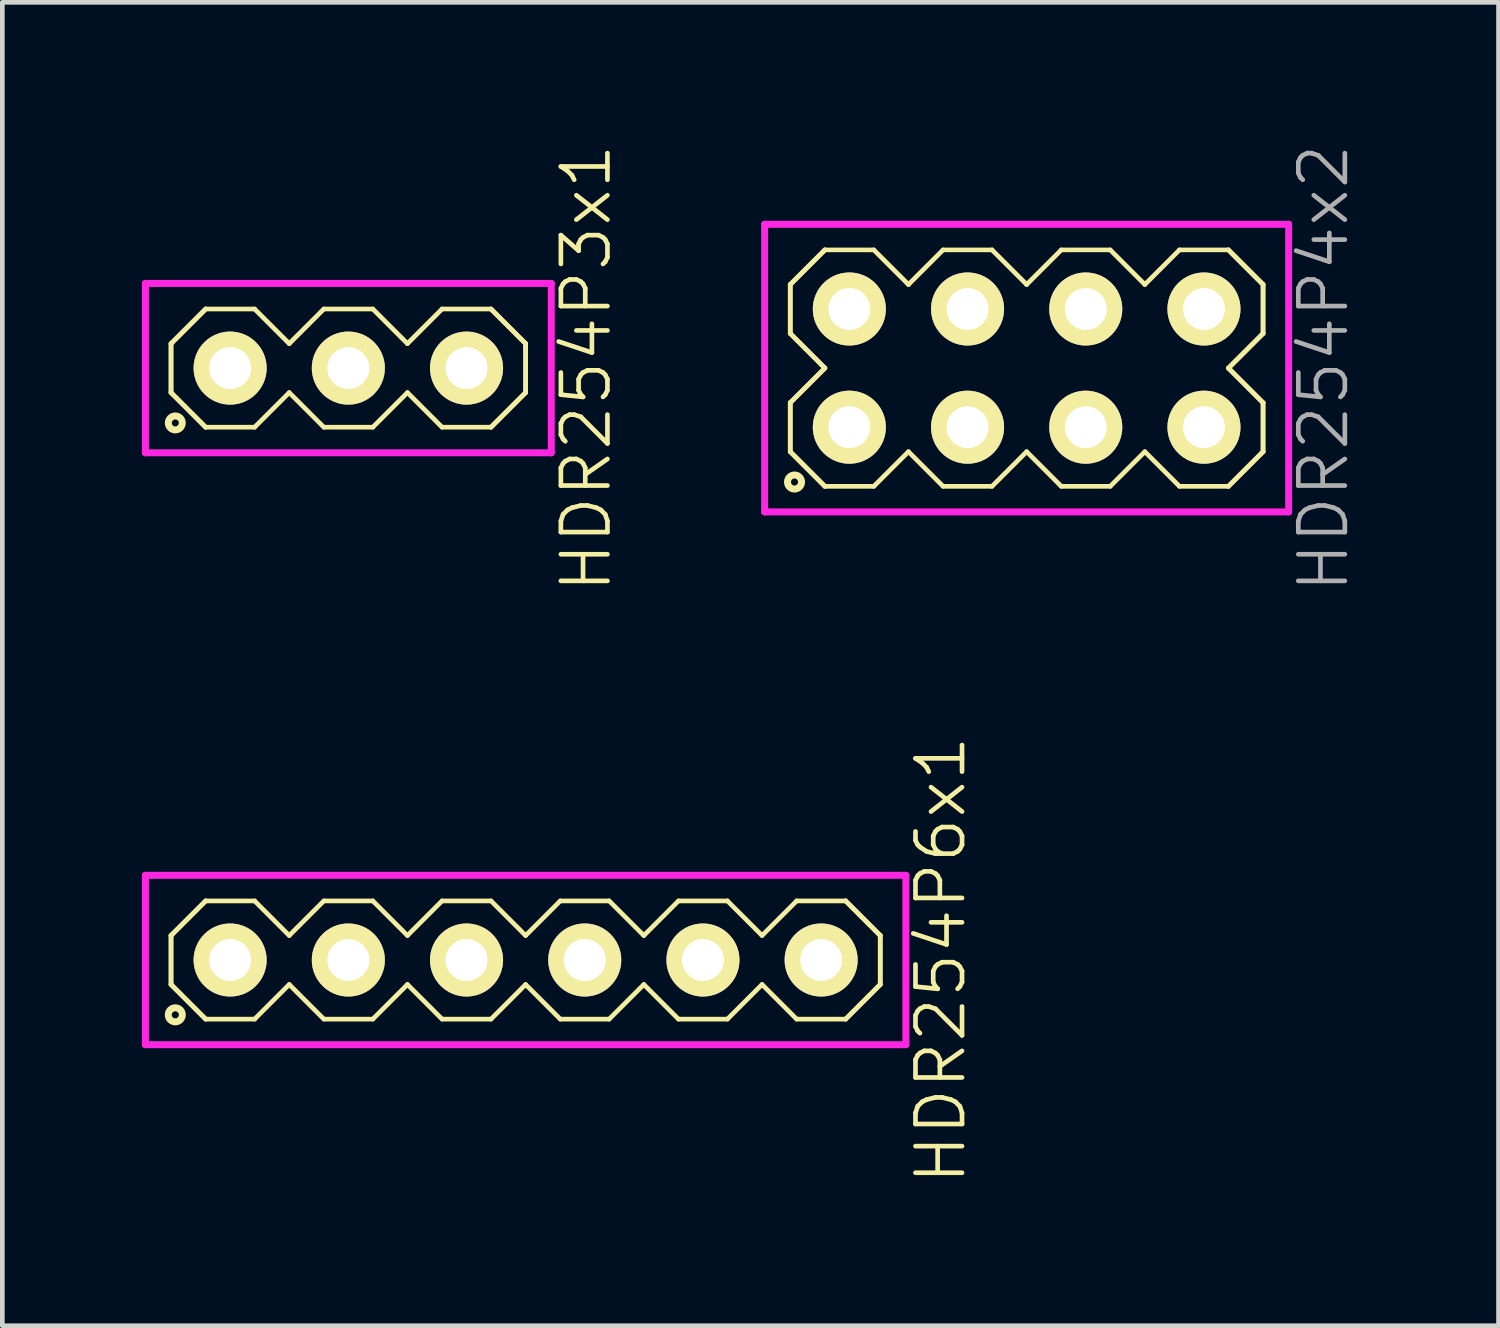
<source format=kicad_pcb>
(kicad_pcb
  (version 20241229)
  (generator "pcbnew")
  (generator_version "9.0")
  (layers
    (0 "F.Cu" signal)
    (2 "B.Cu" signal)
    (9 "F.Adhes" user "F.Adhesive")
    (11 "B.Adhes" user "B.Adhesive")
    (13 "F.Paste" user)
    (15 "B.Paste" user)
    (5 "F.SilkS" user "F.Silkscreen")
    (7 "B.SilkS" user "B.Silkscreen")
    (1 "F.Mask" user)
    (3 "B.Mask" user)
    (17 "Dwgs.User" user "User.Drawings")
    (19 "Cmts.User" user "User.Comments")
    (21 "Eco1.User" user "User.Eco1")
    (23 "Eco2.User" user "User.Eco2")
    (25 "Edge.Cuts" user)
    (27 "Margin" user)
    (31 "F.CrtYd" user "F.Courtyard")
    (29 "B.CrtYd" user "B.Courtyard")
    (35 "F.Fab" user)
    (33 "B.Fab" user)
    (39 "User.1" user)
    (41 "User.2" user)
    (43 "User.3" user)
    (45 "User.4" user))
  (footprint "HDR254P6x1"
    (layer "F.Cu")
    (at 8.245 17.579)
    (property "Reference" "HDR254P6x1" (at 8.92 0 90) (layer "F.SilkS") (effects (font (size 1 1) (thickness 0.1))))
    (attr through_hole)
    (fp_line (start -7.62 -0.526) (end -6.876 -1.27) (stroke (width 0.1) (type solid)) (layer "F.SilkS"))
    (fp_line (start -7.62 -0.526) (end -6.876 -1.27) (stroke (width 0.1) (type solid)) (layer "F.SilkS"))
    (fp_line (start -7.62 0.526) (end -7.62 -0.526) (stroke (width 0.1) (type solid)) (layer "F.SilkS"))
    (fp_line (start -7.62 0.526) (end -7.62 -0.526) (stroke (width 0.1) (type solid)) (layer "F.SilkS"))
    (fp_line (start -6.876 -1.27) (end -5.824 -1.27) (stroke (width 0.1) (type solid)) (layer "F.SilkS"))
    (fp_line (start -6.876 1.27) (end -7.62 0.526) (stroke (width 0.1) (type solid)) (layer "F.SilkS"))
    (fp_line (start -6.876 1.27) (end -7.62 0.526) (stroke (width 0.1) (type solid)) (layer "F.SilkS"))
    (fp_line (start -5.824 -1.27) (end -5.08 -0.526) (stroke (width 0.1) (type solid)) (layer "F.SilkS"))
    (fp_line (start -5.824 1.27) (end -6.876 1.27) (stroke (width 0.1) (type solid)) (layer "F.SilkS"))
    (fp_line (start -5.08 -0.526) (end -4.336 -1.27) (stroke (width 0.1) (type solid)) (layer "F.SilkS"))
    (fp_line (start -5.08 0.526) (end -5.824 1.27) (stroke (width 0.1) (type solid)) (layer "F.SilkS"))
    (fp_line (start -4.336 -1.27) (end -3.284 -1.27) (stroke (width 0.1) (type solid)) (layer "F.SilkS"))
    (fp_line (start -4.336 1.27) (end -5.08 0.526) (stroke (width 0.1) (type solid)) (layer "F.SilkS"))
    (fp_line (start -3.284 -1.27) (end -2.54 -0.526) (stroke (width 0.1) (type solid)) (layer "F.SilkS"))
    (fp_line (start -3.284 1.27) (end -4.336 1.27) (stroke (width 0.1) (type solid)) (layer "F.SilkS"))
    (fp_line (start -2.54 -0.526) (end -1.796 -1.27) (stroke (width 0.1) (type solid)) (layer "F.SilkS"))
    (fp_line (start -2.54 0.526) (end -3.284 1.27) (stroke (width 0.1) (type solid)) (layer "F.SilkS"))
    (fp_line (start -1.796 -1.27) (end -0.744 -1.27) (stroke (width 0.1) (type solid)) (layer "F.SilkS"))
    (fp_line (start -1.796 1.27) (end -2.54 0.526) (stroke (width 0.1) (type solid)) (layer "F.SilkS"))
    (fp_line (start -0.744 -1.27) (end 0 -0.526) (stroke (width 0.1) (type solid)) (layer "F.SilkS"))
    (fp_line (start -0.744 1.27) (end -1.796 1.27) (stroke (width 0.1) (type solid)) (layer "F.SilkS"))
    (fp_line (start 0 -0.526) (end 0.744 -1.27) (stroke (width 0.1) (type solid)) (layer "F.SilkS"))
    (fp_line (start 0 0.526) (end -0.744 1.27) (stroke (width 0.1) (type solid)) (layer "F.SilkS"))
    (fp_line (start 0.744 -1.27) (end 1.796 -1.27) (stroke (width 0.1) (type solid)) (layer "F.SilkS"))
    (fp_line (start 0.744 1.27) (end 0 0.526) (stroke (width 0.1) (type solid)) (layer "F.SilkS"))
    (fp_line (start 1.796 -1.27) (end 2.54 -0.526) (stroke (width 0.1) (type solid)) (layer "F.SilkS"))
    (fp_line (start 1.796 1.27) (end 0.744 1.27) (stroke (width 0.1) (type solid)) (layer "F.SilkS"))
    (fp_line (start 2.54 -0.526) (end 3.284 -1.27) (stroke (width 0.1) (type solid)) (layer "F.SilkS"))
    (fp_line (start 2.54 0.526) (end 1.796 1.27) (stroke (width 0.1) (type solid)) (layer "F.SilkS"))
    (fp_line (start 3.284 -1.27) (end 4.336 -1.27) (stroke (width 0.1) (type solid)) (layer "F.SilkS"))
    (fp_line (start 3.284 1.27) (end 2.54 0.526) (stroke (width 0.1) (type solid)) (layer "F.SilkS"))
    (fp_line (start 4.336 -1.27) (end 5.08 -0.526) (stroke (width 0.1) (type solid)) (layer "F.SilkS"))
    (fp_line (start 4.336 1.27) (end 3.284 1.27) (stroke (width 0.1) (type solid)) (layer "F.SilkS"))
    (fp_line (start 5.08 -0.526) (end 5.824 -1.27) (stroke (width 0.1) (type solid)) (layer "F.SilkS"))
    (fp_line (start 5.08 0.526) (end 4.336 1.27) (stroke (width 0.1) (type solid)) (layer "F.SilkS"))
    (fp_line (start 5.824 -1.27) (end 6.876 -1.27) (stroke (width 0.1) (type solid)) (layer "F.SilkS"))
    (fp_line (start 5.824 1.27) (end 5.08 0.526) (stroke (width 0.1) (type solid)) (layer "F.SilkS"))
    (fp_line (start 6.876 -1.27) (end 7.62 -0.526) (stroke (width 0.1) (type solid)) (layer "F.SilkS"))
    (fp_line (start 6.876 -1.27) (end 7.62 -0.526) (stroke (width 0.1) (type solid)) (layer "F.SilkS"))
    (fp_line (start 6.876 1.27) (end 5.824 1.27) (stroke (width 0.1) (type solid)) (layer "F.SilkS"))
    (fp_line (start 7.62 -0.526) (end 7.62 0.526) (stroke (width 0.1) (type solid)) (layer "F.SilkS"))
    (fp_line (start 7.62 -0.526) (end 7.62 0.526) (stroke (width 0.1) (type solid)) (layer "F.SilkS"))
    (fp_line (start 7.62 0.526) (end 6.876 1.27) (stroke (width 0.1) (type solid)) (layer "F.SilkS"))
    (fp_line (start 7.62 0.526) (end 6.876 1.27) (stroke (width 0.1) (type solid)) (layer "F.SilkS"))
    (fp_circle (center -7.528 1.178) (end -7.377 1.178) (stroke (width 0.15) (type solid)) (fill no) (layer "F.SilkS"))
    (fp_line (start -8.17 -1.82) (end -8.17 1.82) (stroke (width 0.15) (type solid)) (layer "F.CrtYd"))
    (fp_line (start -8.17 1.82) (end 8.17 1.82) (stroke (width 0.15) (type solid)) (layer "F.CrtYd"))
    (fp_line (start 8.17 -1.82) (end -8.17 -1.82) (stroke (width 0.15) (type solid)) (layer "F.CrtYd"))
    (fp_line (start 8.17 1.82) (end 8.17 -1.82) (stroke (width 0.15) (type solid)) (layer "F.CrtYd"))
    (pad "1" thru_hole oval (at -6.35 0) (size 1.57 1.57) (drill 0.9) (layers "*.Cu" "*.Mask" "F.SilkS"))
    (pad "2" thru_hole oval (at -3.81 0) (size 1.57 1.57) (drill 0.9) (layers "*.Cu" "*.Mask" "F.SilkS"))
    (pad "3" thru_hole oval (at -1.27 0) (size 1.57 1.57) (drill 0.9) (layers "*.Cu" "*.Mask" "F.SilkS"))
    (pad "4" thru_hole oval (at 1.27 0) (size 1.57 1.57) (drill 0.9) (layers "*.Cu" "*.Mask" "F.SilkS"))
    (pad "5" thru_hole oval (at 3.81 0) (size 1.57 1.57) (drill 0.9) (layers "*.Cu" "*.Mask" "F.SilkS"))
    (pad "6" thru_hole oval (at 6.35 0) (size 1.57 1.57) (drill 0.9) (layers "*.Cu" "*.Mask" "F.SilkS")))
  (footprint "HDR254P3x1"
    (layer "F.Cu")
    (at 4.435 4.86)
    (property "Reference" "HDR254P3x1" (at 5.11 0 90) (layer "F.SilkS") (effects (font (size 1 1) (thickness 0.1))))
    (attr through_hole)
    (fp_line (start -3.81 -0.526) (end -3.066 -1.27) (stroke (width 0.1) (type solid)) (layer "F.SilkS"))
    (fp_line (start -3.81 -0.526) (end -3.066 -1.27) (stroke (width 0.1) (type solid)) (layer "F.SilkS"))
    (fp_line (start -3.81 0.526) (end -3.81 -0.526) (stroke (width 0.1) (type solid)) (layer "F.SilkS"))
    (fp_line (start -3.81 0.526) (end -3.81 -0.526) (stroke (width 0.1) (type solid)) (layer "F.SilkS"))
    (fp_line (start -3.066 -1.27) (end -2.014 -1.27) (stroke (width 0.1) (type solid)) (layer "F.SilkS"))
    (fp_line (start -3.066 1.27) (end -3.81 0.526) (stroke (width 0.1) (type solid)) (layer "F.SilkS"))
    (fp_line (start -3.066 1.27) (end -3.81 0.526) (stroke (width 0.1) (type solid)) (layer "F.SilkS"))
    (fp_line (start -2.014 -1.27) (end -1.27 -0.526) (stroke (width 0.1) (type solid)) (layer "F.SilkS"))
    (fp_line (start -2.014 1.27) (end -3.066 1.27) (stroke (width 0.1) (type solid)) (layer "F.SilkS"))
    (fp_line (start -1.27 -0.526) (end -0.526 -1.27) (stroke (width 0.1) (type solid)) (layer "F.SilkS"))
    (fp_line (start -1.27 0.526) (end -2.014 1.27) (stroke (width 0.1) (type solid)) (layer "F.SilkS"))
    (fp_line (start -0.526 -1.27) (end 0.526 -1.27) (stroke (width 0.1) (type solid)) (layer "F.SilkS"))
    (fp_line (start -0.526 1.27) (end -1.27 0.526) (stroke (width 0.1) (type solid)) (layer "F.SilkS"))
    (fp_line (start 0.526 -1.27) (end 1.27 -0.526) (stroke (width 0.1) (type solid)) (layer "F.SilkS"))
    (fp_line (start 0.526 1.27) (end -0.526 1.27) (stroke (width 0.1) (type solid)) (layer "F.SilkS"))
    (fp_line (start 1.27 -0.526) (end 2.014 -1.27) (stroke (width 0.1) (type solid)) (layer "F.SilkS"))
    (fp_line (start 1.27 0.526) (end 0.526 1.27) (stroke (width 0.1) (type solid)) (layer "F.SilkS"))
    (fp_line (start 2.014 -1.27) (end 3.066 -1.27) (stroke (width 0.1) (type solid)) (layer "F.SilkS"))
    (fp_line (start 2.014 1.27) (end 1.27 0.526) (stroke (width 0.1) (type solid)) (layer "F.SilkS"))
    (fp_line (start 3.066 -1.27) (end 3.81 -0.526) (stroke (width 0.1) (type solid)) (layer "F.SilkS"))
    (fp_line (start 3.066 -1.27) (end 3.81 -0.526) (stroke (width 0.1) (type solid)) (layer "F.SilkS"))
    (fp_line (start 3.066 1.27) (end 2.014 1.27) (stroke (width 0.1) (type solid)) (layer "F.SilkS"))
    (fp_line (start 3.81 -0.526) (end 3.81 0.526) (stroke (width 0.1) (type solid)) (layer "F.SilkS"))
    (fp_line (start 3.81 -0.526) (end 3.81 0.526) (stroke (width 0.1) (type solid)) (layer "F.SilkS"))
    (fp_line (start 3.81 0.526) (end 3.066 1.27) (stroke (width 0.1) (type solid)) (layer "F.SilkS"))
    (fp_line (start 3.81 0.526) (end 3.066 1.27) (stroke (width 0.1) (type solid)) (layer "F.SilkS"))
    (fp_circle (center -3.718 1.178) (end -3.568 1.178) (stroke (width 0.15) (type solid)) (fill no) (layer "F.SilkS"))
    (fp_line (start -4.36 -1.82) (end -4.36 1.82) (stroke (width 0.15) (type solid)) (layer "F.CrtYd"))
    (fp_line (start -4.36 1.82) (end 4.36 1.82) (stroke (width 0.15) (type solid)) (layer "F.CrtYd"))
    (fp_line (start 4.36 -1.82) (end -4.36 -1.82) (stroke (width 0.15) (type solid)) (layer "F.CrtYd"))
    (fp_line (start 4.36 1.82) (end 4.36 -1.82) (stroke (width 0.15) (type solid)) (layer "F.CrtYd"))
    (pad "1" thru_hole oval (at -2.54 0) (size 1.57 1.57) (drill 0.9) (layers "*.Cu" "*.Mask" "F.SilkS"))
    (pad "2" thru_hole oval (at 0 0) (size 1.57 1.57) (drill 0.9) (layers "*.Cu" "*.Mask" "F.SilkS"))
    (pad "3" thru_hole oval (at 2.54 0) (size 1.57 1.57) (drill 0.9) (layers "*.Cu" "*.Mask" "F.SilkS")))
  (footprint "HDR254P4x2"
    (layer "F.Cu")
    (at 19.011 4.86)
    (property "Reference" "HDR254P4x2" (at 6.38 0 90) (layer "F.Fab") (effects (font (size 1 1) (thickness 0.1))))
    (attr through_hole)
    (fp_line (start -5.08 -1.796) (end -4.336 -2.54) (stroke (width 0.1) (type solid)) (layer "F.SilkS"))
    (fp_line (start -5.08 -1.796) (end -4.336 -2.54) (stroke (width 0.1) (type solid)) (layer "F.SilkS"))
    (fp_line (start -5.08 -0.744) (end -5.08 -1.796) (stroke (width 0.1) (type solid)) (layer "F.SilkS"))
    (fp_line (start -5.08 -0.744) (end -5.08 -1.796) (stroke (width 0.1) (type solid)) (layer "F.SilkS"))
    (fp_line (start -5.08 0.744) (end -4.336 0) (stroke (width 0.1) (type solid)) (layer "F.SilkS"))
    (fp_line (start -5.08 0.744) (end -4.336 0) (stroke (width 0.1) (type solid)) (layer "F.SilkS"))
    (fp_line (start -5.08 1.796) (end -5.08 0.744) (stroke (width 0.1) (type solid)) (layer "F.SilkS"))
    (fp_line (start -5.08 1.796) (end -5.08 0.744) (stroke (width 0.1) (type solid)) (layer "F.SilkS"))
    (fp_line (start -4.336 -2.54) (end -3.284 -2.54) (stroke (width 0.1) (type solid)) (layer "F.SilkS"))
    (fp_line (start -4.336 0) (end -5.08 -0.744) (stroke (width 0.1) (type solid)) (layer "F.SilkS"))
    (fp_line (start -4.336 0) (end -5.08 -0.744) (stroke (width 0.1) (type solid)) (layer "F.SilkS"))
    (fp_line (start -4.336 2.54) (end -5.08 1.796) (stroke (width 0.1) (type solid)) (layer "F.SilkS"))
    (fp_line (start -4.336 2.54) (end -5.08 1.796) (stroke (width 0.1) (type solid)) (layer "F.SilkS"))
    (fp_line (start -3.284 -2.54) (end -2.54 -1.796) (stroke (width 0.1) (type solid)) (layer "F.SilkS"))
    (fp_line (start -3.284 2.54) (end -4.336 2.54) (stroke (width 0.1) (type solid)) (layer "F.SilkS"))
    (fp_line (start -2.54 -1.796) (end -1.796 -2.54) (stroke (width 0.1) (type solid)) (layer "F.SilkS"))
    (fp_line (start -2.54 1.796) (end -3.284 2.54) (stroke (width 0.1) (type solid)) (layer "F.SilkS"))
    (fp_line (start -1.796 -2.54) (end -0.744 -2.54) (stroke (width 0.1) (type solid)) (layer "F.SilkS"))
    (fp_line (start -1.796 2.54) (end -2.54 1.796) (stroke (width 0.1) (type solid)) (layer "F.SilkS"))
    (fp_line (start -0.744 -2.54) (end 0 -1.796) (stroke (width 0.1) (type solid)) (layer "F.SilkS"))
    (fp_line (start -0.744 2.54) (end -1.796 2.54) (stroke (width 0.1) (type solid)) (layer "F.SilkS"))
    (fp_line (start 0 -1.796) (end 0.744 -2.54) (stroke (width 0.1) (type solid)) (layer "F.SilkS"))
    (fp_line (start 0 1.796) (end -0.744 2.54) (stroke (width 0.1) (type solid)) (layer "F.SilkS"))
    (fp_line (start 0.744 -2.54) (end 1.796 -2.54) (stroke (width 0.1) (type solid)) (layer "F.SilkS"))
    (fp_line (start 0.744 2.54) (end 0 1.796) (stroke (width 0.1) (type solid)) (layer "F.SilkS"))
    (fp_line (start 1.796 -2.54) (end 2.54 -1.796) (stroke (width 0.1) (type solid)) (layer "F.SilkS"))
    (fp_line (start 1.796 2.54) (end 0.744 2.54) (stroke (width 0.1) (type solid)) (layer "F.SilkS"))
    (fp_line (start 2.54 -1.796) (end 3.284 -2.54) (stroke (width 0.1) (type solid)) (layer "F.SilkS"))
    (fp_line (start 2.54 1.796) (end 1.796 2.54) (stroke (width 0.1) (type solid)) (layer "F.SilkS"))
    (fp_line (start 3.284 -2.54) (end 4.336 -2.54) (stroke (width 0.1) (type solid)) (layer "F.SilkS"))
    (fp_line (start 3.284 2.54) (end 2.54 1.796) (stroke (width 0.1) (type solid)) (layer "F.SilkS"))
    (fp_line (start 4.336 -2.54) (end 5.08 -1.796) (stroke (width 0.1) (type solid)) (layer "F.SilkS"))
    (fp_line (start 4.336 -2.54) (end 5.08 -1.796) (stroke (width 0.1) (type solid)) (layer "F.SilkS"))
    (fp_line (start 4.336 0) (end 5.08 0.744) (stroke (width 0.1) (type solid)) (layer "F.SilkS"))
    (fp_line (start 4.336 0) (end 5.08 0.744) (stroke (width 0.1) (type solid)) (layer "F.SilkS"))
    (fp_line (start 4.336 2.54) (end 3.284 2.54) (stroke (width 0.1) (type solid)) (layer "F.SilkS"))
    (fp_line (start 5.08 -1.796) (end 5.08 -0.744) (stroke (width 0.1) (type solid)) (layer "F.SilkS"))
    (fp_line (start 5.08 -1.796) (end 5.08 -0.744) (stroke (width 0.1) (type solid)) (layer "F.SilkS"))
    (fp_line (start 5.08 -0.744) (end 4.336 0) (stroke (width 0.1) (type solid)) (layer "F.SilkS"))
    (fp_line (start 5.08 -0.744) (end 4.336 0) (stroke (width 0.1) (type solid)) (layer "F.SilkS"))
    (fp_line (start 5.08 0.744) (end 5.08 1.796) (stroke (width 0.1) (type solid)) (layer "F.SilkS"))
    (fp_line (start 5.08 0.744) (end 5.08 1.796) (stroke (width 0.1) (type solid)) (layer "F.SilkS"))
    (fp_line (start 5.08 1.796) (end 4.336 2.54) (stroke (width 0.1) (type solid)) (layer "F.SilkS"))
    (fp_line (start 5.08 1.796) (end 4.336 2.54) (stroke (width 0.1) (type solid)) (layer "F.SilkS"))
    (fp_circle (center -4.988 2.448) (end -4.837 2.448) (stroke (width 0.15) (type solid)) (fill no) (layer "F.SilkS"))
    (fp_line (start -5.63 -3.09) (end -5.63 3.09) (stroke (width 0.15) (type solid)) (layer "F.CrtYd"))
    (fp_line (start -5.63 3.09) (end 5.63 3.09) (stroke (width 0.15) (type solid)) (layer "F.CrtYd"))
    (fp_line (start 5.63 -3.09) (end -5.63 -3.09) (stroke (width 0.15) (type solid)) (layer "F.CrtYd"))
    (fp_line (start 5.63 3.09) (end 5.63 -3.09) (stroke (width 0.15) (type solid)) (layer "F.CrtYd"))
    (pad "1" thru_hole oval (at -3.81 1.27) (size 1.57 1.57) (drill 0.9) (layers "*.Cu" "*.Mask" "F.SilkS"))
    (pad "2" thru_hole oval (at -3.81 -1.27) (size 1.57 1.57) (drill 0.9) (layers "*.Cu" "*.Mask" "F.SilkS"))
    (pad "3" thru_hole oval (at -1.27 1.27) (size 1.57 1.57) (drill 0.9) (layers "*.Cu" "*.Mask" "F.SilkS"))
    (pad "4" thru_hole oval (at -1.27 -1.27) (size 1.57 1.57) (drill 0.9) (layers "*.Cu" "*.Mask" "F.SilkS"))
    (pad "5" thru_hole oval (at 1.27 1.27) (size 1.57 1.57) (drill 0.9) (layers "*.Cu" "*.Mask" "F.SilkS"))
    (pad "6" thru_hole oval (at 1.27 -1.27) (size 1.57 1.57) (drill 0.9) (layers "*.Cu" "*.Mask" "F.SilkS"))
    (pad "7" thru_hole oval (at 3.81 1.27) (size 1.57 1.57) (drill 0.9) (layers "*.Cu" "*.Mask" "F.SilkS"))
    (pad "8" thru_hole oval (at 3.81 -1.27) (size 1.57 1.57) (drill 0.9) (layers "*.Cu" "*.Mask" "F.SilkS")))
  (gr_rect
    (start -3 -3)
    (end 29.151 25.438)
    (stroke (width 0.1) (type default))
    (fill no)
    (layer "Edge.Cuts")))
</source>
